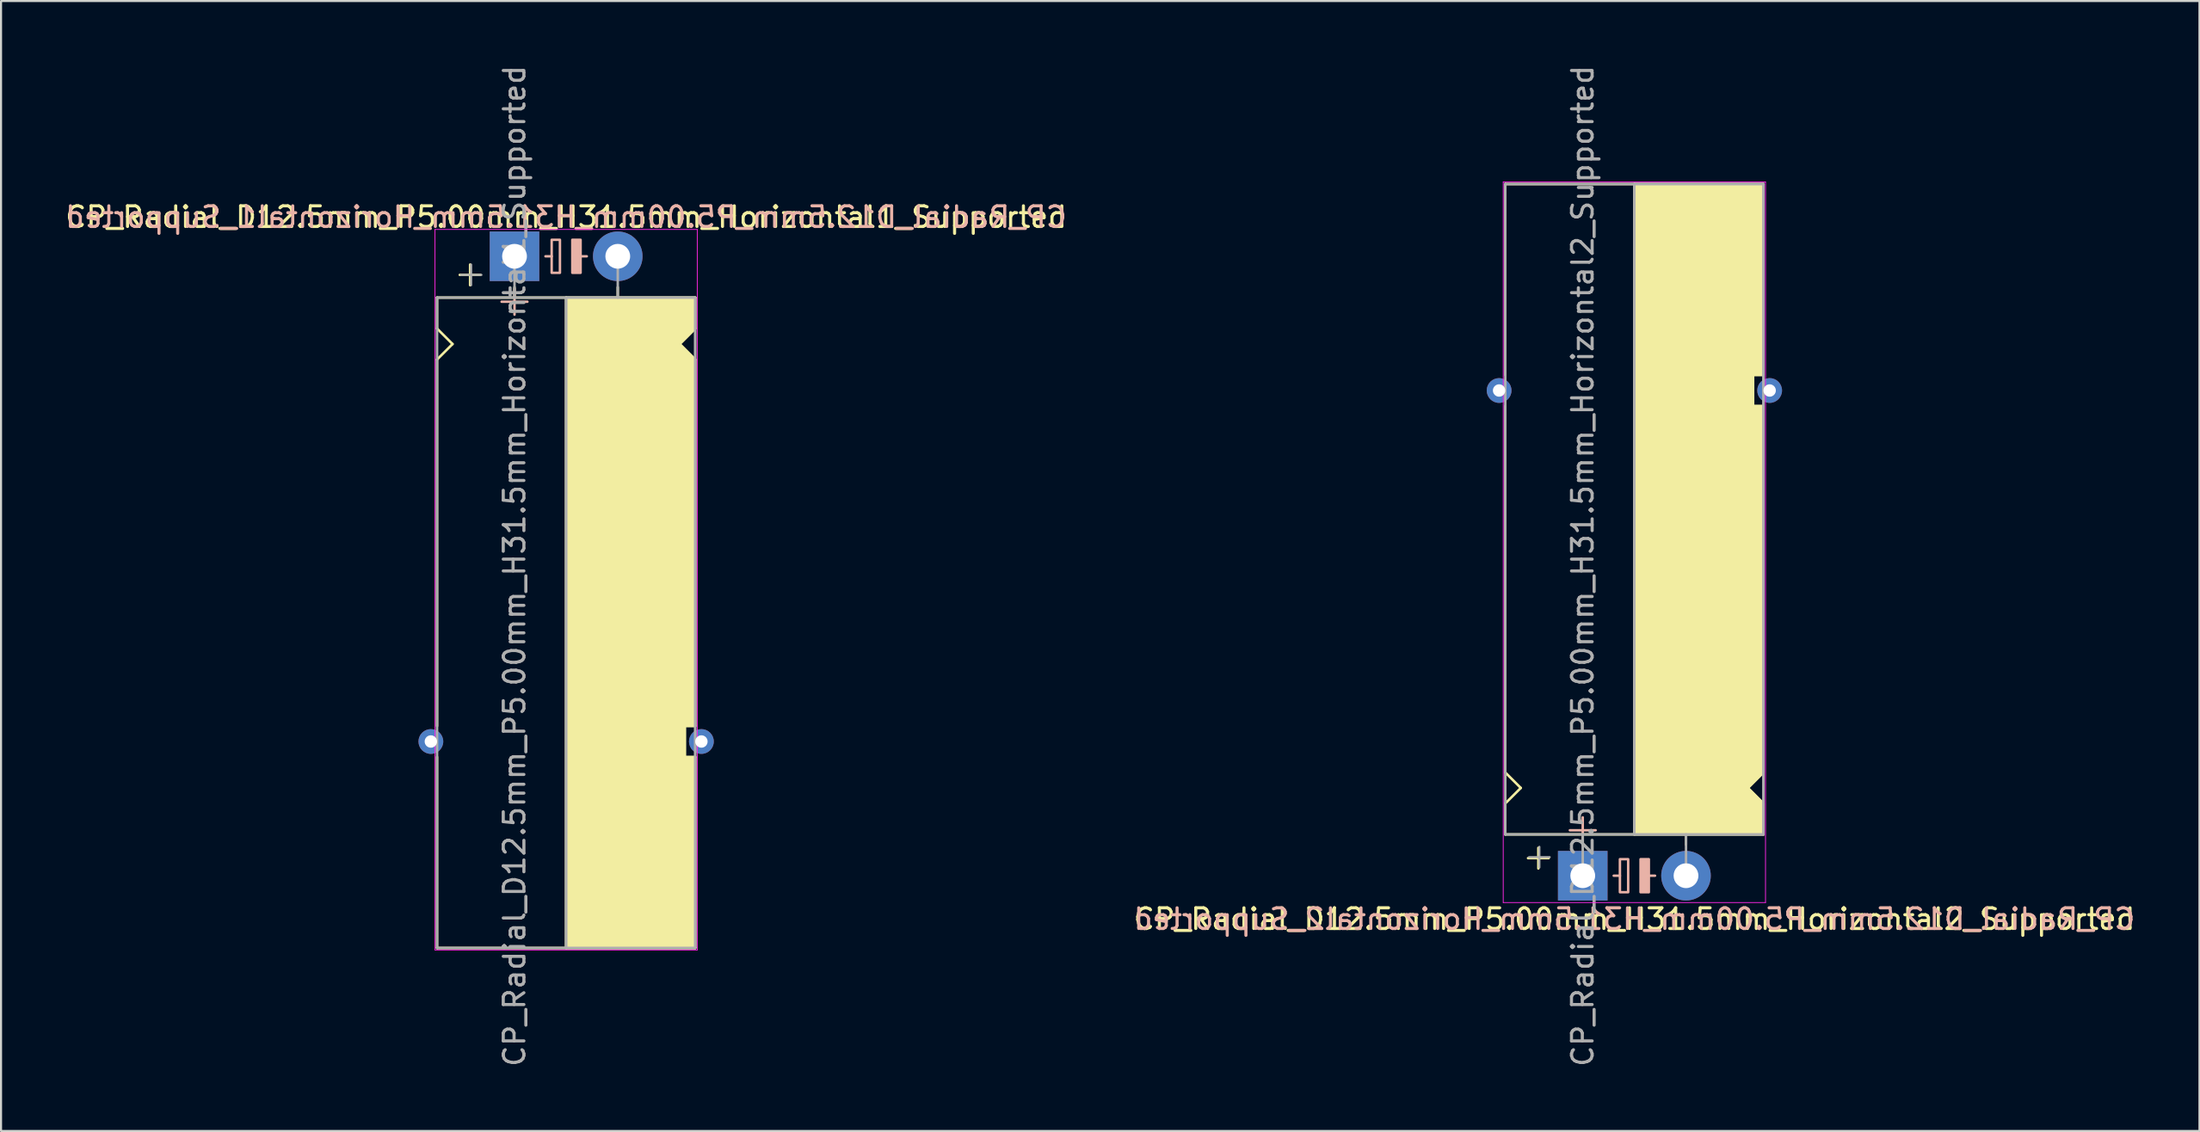
<source format=kicad_pcb>
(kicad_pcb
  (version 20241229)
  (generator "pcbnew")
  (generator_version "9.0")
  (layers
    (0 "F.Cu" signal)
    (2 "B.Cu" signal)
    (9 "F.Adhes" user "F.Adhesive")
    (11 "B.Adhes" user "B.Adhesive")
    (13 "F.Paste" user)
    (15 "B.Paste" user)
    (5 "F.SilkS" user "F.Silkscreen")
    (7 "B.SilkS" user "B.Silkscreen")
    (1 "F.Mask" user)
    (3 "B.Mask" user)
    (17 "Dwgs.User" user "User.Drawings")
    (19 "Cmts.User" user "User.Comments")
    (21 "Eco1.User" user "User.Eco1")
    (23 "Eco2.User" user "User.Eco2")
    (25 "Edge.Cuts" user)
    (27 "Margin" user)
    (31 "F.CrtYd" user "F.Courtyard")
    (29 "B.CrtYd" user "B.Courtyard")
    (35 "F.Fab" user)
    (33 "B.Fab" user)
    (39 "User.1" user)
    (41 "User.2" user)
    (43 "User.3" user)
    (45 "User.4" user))
  (footprint "CP_Radial_D12.5mm_P5.00mm_H31.5mm_Horizontal1_Supported"
    (layer "F.Cu")
    (at 21.863 9.363)
    (property "Reference" "CP_Radial_D12.5mm_P5.00mm_H31.5mm_Horizontal1_Supported" (at 2.5 -1.9 180) (layer "F.SilkS") (effects (font (size 1 1) (thickness 0.15))))
    (fp_line (start -3.75 2) (end -3.75 3.5) (stroke (width 0.12) (type solid)) (layer "F.SilkS"))
    (fp_line (start -3.75 3.5) (end -3 4.25) (stroke (width 0.12) (type solid)) (layer "F.SilkS"))
    (fp_line (start -3.75 5) (end -3.75 22.75) (stroke (width 0.12) (type solid)) (layer "F.SilkS"))
    (fp_line (start -3.75 33.5) (end -3.75 24.25) (stroke (width 0.12) (type solid)) (layer "F.SilkS"))
    (fp_line (start -3 4.25) (end -3.75 5) (stroke (width 0.12) (type solid)) (layer "F.SilkS"))
    (fp_line (start -2.15 0.4) (end -2.15 1.4) (stroke (width 0.12) (type solid)) (layer "F.SilkS"))
    (fp_line (start -1.65 0.9) (end -2.65 0.9) (stroke (width 0.12) (type solid)) (layer "F.SilkS"))
    (fp_line (start 0 1.5) (end 0 2) (stroke (width 0.12) (type solid)) (layer "F.SilkS"))
    (fp_line (start 2.5 2) (end -3.75 2) (stroke (width 0.12) (type solid)) (layer "F.SilkS"))
    (fp_line (start 2.5 2) (end 2.5 33.5) (stroke (width 0.12) (type solid)) (layer "F.SilkS"))
    (fp_line (start 2.5 2) (end 8.75 2) (stroke (width 0.12) (type solid)) (layer "F.SilkS"))
    (fp_line (start 5 1.5) (end 5 2) (stroke (width 0.12) (type solid)) (layer "F.SilkS"))
    (fp_line (start 8 4.25) (end 8.75 5) (stroke (width 0.12) (type solid)) (layer "F.SilkS"))
    (fp_line (start 8.25 22.75) (end 8.75 22.75) (stroke (width 0.12) (type solid)) (layer "F.SilkS"))
    (fp_line (start 8.25 24.25) (end 8.25 22.75) (stroke (width 0.12) (type solid)) (layer "F.SilkS"))
    (fp_line (start 8.75 2) (end 8.75 3.5) (stroke (width 0.12) (type solid)) (layer "F.SilkS"))
    (fp_line (start 8.75 3.5) (end 8 4.25) (stroke (width 0.12) (type solid)) (layer "F.SilkS"))
    (fp_line (start 8.75 5) (end 8.75 22.75) (stroke (width 0.12) (type solid)) (layer "F.SilkS"))
    (fp_line (start 8.75 24.25) (end 8.25 24.25) (stroke (width 0.12) (type solid)) (layer "F.SilkS"))
    (fp_line (start 8.75 33.5) (end -3.75 33.5) (stroke (width 0.12) (type solid)) (layer "F.SilkS"))
    (fp_line (start 8.75 33.5) (end 8.75 24.25) (stroke (width 0.12) (type solid)) (layer "F.SilkS"))
    (fp_poly (pts (xy 8.75 3.5) (xy 8 4.25) (xy 8.75 5) (xy 8.75 22.75) (xy 8.25 22.75) (xy 8.25 24.25) (xy 8.75 24.25) (xy 8.75 33.5) (xy 2.5 33.5) (xy 2.5 2) (xy 8.75 2)) (stroke (width 0.1) (type solid)) (fill yes) (layer "F.SilkS"))
    (fp_line (start 0 1.575) (end 0 2.825) (stroke (width 0.12) (type solid)) (layer "B.SilkS"))
    (fp_line (start 0.625 2.2) (end -0.625 2.2) (stroke (width 0.12) (type solid)) (layer "B.SilkS"))
    (fp_line (start 1.8 0) (end 1.5 0) (stroke (width 0.12) (type solid)) (layer "B.SilkS"))
    (fp_line (start 3.5 0) (end 3.2 0) (stroke (width 0.12) (type solid)) (layer "B.SilkS"))
    (fp_rect (start 2.2 -0.8) (end 1.8 0.8) (stroke (width 0.12) (type solid)) (fill no) (layer "B.SilkS"))
    (fp_rect (start 3.2 -0.8) (end 2.8 0.8) (stroke (width 0.12) (type solid)) (fill yes) (layer "B.SilkS"))
    (fp_line (start -3.85 -1.3) (end 8.85 -1.3) (stroke (width 0.04) (type solid)) (layer "F.CrtYd"))
    (fp_line (start -3.85 33.6) (end -3.85 -1.3) (stroke (width 0.04) (type solid)) (layer "F.CrtYd"))
    (fp_line (start 8.85 -1.3) (end 8.85 33.6) (stroke (width 0.04) (type solid)) (layer "F.CrtYd"))
    (fp_line (start 8.85 33.6) (end -3.85 33.6) (stroke (width 0.04) (type solid)) (layer "F.CrtYd"))
    (fp_line (start -3.75 2) (end -3.75 33.5) (stroke (width 0.12) (type solid)) (layer "F.Fab"))
    (fp_line (start -3.75 33.5) (end 8.75 33.5) (stroke (width 0.12) (type solid)) (layer "F.Fab"))
    (fp_line (start -2.6 0.9) (end -1.6 0.9) (stroke (width 0.1) (type solid)) (layer "F.Fab"))
    (fp_line (start -2.1 1.4) (end -2.1 0.4) (stroke (width 0.1) (type solid)) (layer "F.Fab"))
    (fp_line (start 0 0) (end 0 2) (stroke (width 0.12) (type solid)) (layer "F.Fab"))
    (fp_line (start 0 2) (end -3.75 2) (stroke (width 0.12) (type solid)) (layer "F.Fab"))
    (fp_line (start 2.5 2) (end 2.5 33.5) (stroke (width 0.12) (type solid)) (layer "F.Fab"))
    (fp_line (start 5 2) (end 5 0) (stroke (width 0.12) (type solid)) (layer "F.Fab"))
    (fp_line (start 8.75 2) (end 0 2) (stroke (width 0.12) (type solid)) (layer "F.Fab"))
    (fp_line (start 8.75 33.5) (end 8.75 2) (stroke (width 0.12) (type solid)) (layer "F.Fab"))
    (fp_poly (pts (xy 8.75 33.5) (xy 2.5 33.5) (xy 2.5 2) (xy 8.75 2)) (stroke (width 0.1) (type solid)) (fill no) (layer "F.Fab"))
    (fp_text user "${REFERENCE}" (at 2.5 -1.9 0) (layer "B.SilkS") (effects (font (size 1 1) (thickness 0.15)) (justify mirror)))
    (fp_text user "${REFERENCE}" (at 0 15 90) (layer "F.Fab") (effects (font (size 1 1) (thickness 0.15))))
    (pad "1" thru_hole rect (at 0 0) (size 2.4 2.4) (drill 1.2) (layers "*.Cu" "*.Mask"))
    (pad "2" thru_hole circle (at 5 0) (size 2.4 2.4) (drill 1.2) (layers "*.Cu" "*.Mask"))
    (pad "~" thru_hole circle (at -4.05 23.5) (size 1.2 1.2) (drill 0.6) (layers "*.Cu" "*.Mask"))
    (pad "~" thru_hole circle (at 9.05 23.5) (size 1.2 1.2) (drill 0.6) (layers "*.Cu" "*.Mask")))
  (footprint "CP_Radial_D12.5mm_P5.00mm_H31.5mm_Horizontal2_Supported"
    (layer "F.Cu")
    (at 73.589 39.363)
    (property "Reference" "CP_Radial_D12.5mm_P5.00mm_H31.5mm_Horizontal2_Supported" (at 2.5 2.1 180) (layer "F.SilkS") (effects (font (size 1 1) (thickness 0.15))))
    (fp_line (start -3.75 -33.5) (end -3.75 -24.25) (stroke (width 0.12) (type solid)) (layer "F.SilkS"))
    (fp_line (start -3.75 -5) (end -3.75 -22.75) (stroke (width 0.12) (type solid)) (layer "F.SilkS"))
    (fp_line (start -3.75 -3.5) (end -3 -4.25) (stroke (width 0.12) (type solid)) (layer "F.SilkS"))
    (fp_line (start -3.75 -2) (end -3.75 -3.5) (stroke (width 0.12) (type solid)) (layer "F.SilkS"))
    (fp_line (start -3 -4.25) (end -3.75 -5) (stroke (width 0.12) (type solid)) (layer "F.SilkS"))
    (fp_line (start -2.15 -1.35) (end -2.15 -0.35) (stroke (width 0.12) (type solid)) (layer "F.SilkS"))
    (fp_line (start -1.65 -0.85) (end -2.65 -0.85) (stroke (width 0.12) (type solid)) (layer "F.SilkS"))
    (fp_line (start 0 -1.5) (end 0 -2) (stroke (width 0.12) (type solid)) (layer "F.SilkS"))
    (fp_line (start 2.5 -2) (end -3.75 -2) (stroke (width 0.12) (type solid)) (layer "F.SilkS"))
    (fp_line (start 2.5 -2) (end 2.5 -33.5) (stroke (width 0.12) (type solid)) (layer "F.SilkS"))
    (fp_line (start 2.5 -2) (end 8.75 -2) (stroke (width 0.12) (type solid)) (layer "F.SilkS"))
    (fp_line (start 5 -1.5) (end 5 -2) (stroke (width 0.12) (type solid)) (layer "F.SilkS"))
    (fp_line (start 8 -4.25) (end 8.75 -5) (stroke (width 0.12) (type solid)) (layer "F.SilkS"))
    (fp_line (start 8.25 -24.25) (end 8.25 -22.75) (stroke (width 0.12) (type solid)) (layer "F.SilkS"))
    (fp_line (start 8.25 -22.75) (end 8.75 -22.75) (stroke (width 0.12) (type solid)) (layer "F.SilkS"))
    (fp_line (start 8.75 -33.5) (end -3.75 -33.5) (stroke (width 0.12) (type solid)) (layer "F.SilkS"))
    (fp_line (start 8.75 -33.5) (end 8.75 -24.25) (stroke (width 0.12) (type solid)) (layer "F.SilkS"))
    (fp_line (start 8.75 -24.25) (end 8.25 -24.25) (stroke (width 0.12) (type solid)) (layer "F.SilkS"))
    (fp_line (start 8.75 -5) (end 8.75 -22.75) (stroke (width 0.12) (type solid)) (layer "F.SilkS"))
    (fp_line (start 8.75 -3.5) (end 8 -4.25) (stroke (width 0.12) (type solid)) (layer "F.SilkS"))
    (fp_line (start 8.75 -2) (end 8.75 -3.5) (stroke (width 0.12) (type solid)) (layer "F.SilkS"))
    (fp_poly (pts (xy 8.75 -3.5) (xy 8 -4.25) (xy 8.75 -5) (xy 8.75 -22.75) (xy 8.25 -22.75) (xy 8.25 -24.25) (xy 8.75 -24.25) (xy 8.75 -33.5) (xy 2.5 -33.5) (xy 2.5 -2) (xy 8.75 -2)) (stroke (width 0.1) (type solid)) (fill yes) (layer "F.SilkS"))
    (fp_line (start 0 -2.825) (end 0 -1.575) (stroke (width 0.12) (type solid)) (layer "B.SilkS"))
    (fp_line (start 0.625 -2.2) (end -0.625 -2.2) (stroke (width 0.12) (type solid)) (layer "B.SilkS"))
    (fp_line (start 1.8 0) (end 1.5 0) (stroke (width 0.12) (type solid)) (layer "B.SilkS"))
    (fp_line (start 3.5 0) (end 3.2 0) (stroke (width 0.12) (type solid)) (layer "B.SilkS"))
    (fp_rect (start 2.2 -0.8) (end 1.8 0.8) (stroke (width 0.12) (type solid)) (fill no) (layer "B.SilkS"))
    (fp_rect (start 3.2 -0.8) (end 2.8 0.8) (stroke (width 0.12) (type solid)) (fill yes) (layer "B.SilkS"))
    (fp_line (start -3.85 -33.6) (end -3.85 1.3) (stroke (width 0.04) (type solid)) (layer "F.CrtYd"))
    (fp_line (start 8.85 -33.6) (end -3.85 -33.6) (stroke (width 0.04) (type solid)) (layer "F.CrtYd"))
    (fp_line (start 8.85 1.3) (end -3.85 1.3) (stroke (width 0.04) (type solid)) (layer "F.CrtYd"))
    (fp_line (start 8.85 1.3) (end 8.85 -33.6) (stroke (width 0.04) (type solid)) (layer "F.CrtYd"))
    (fp_line (start -3.75 -33.5) (end 8.75 -33.5) (stroke (width 0.12) (type solid)) (layer "F.Fab"))
    (fp_line (start -3.75 -2) (end -3.75 -33.5) (stroke (width 0.12) (type solid)) (layer "F.Fab"))
    (fp_line (start -2.6 -0.9) (end -1.6 -0.9) (stroke (width 0.1) (type solid)) (layer "F.Fab"))
    (fp_line (start -2.1 -0.4) (end -2.1 -1.4) (stroke (width 0.1) (type solid)) (layer "F.Fab"))
    (fp_line (start 0 -2) (end -3.75 -2) (stroke (width 0.12) (type solid)) (layer "F.Fab"))
    (fp_line (start 0 0) (end 0 -2) (stroke (width 0.12) (type solid)) (layer "F.Fab"))
    (fp_line (start 2.5 -2) (end 2.5 -33.5) (stroke (width 0.12) (type solid)) (layer "F.Fab"))
    (fp_line (start 5 -2) (end 5 0) (stroke (width 0.12) (type solid)) (layer "F.Fab"))
    (fp_line (start 8.75 -33.5) (end 8.75 -2) (stroke (width 0.12) (type solid)) (layer "F.Fab"))
    (fp_line (start 8.75 -2) (end 0 -2) (stroke (width 0.12) (type solid)) (layer "F.Fab"))
    (fp_poly (pts (xy 8.75 -33.5) (xy 2.5 -33.5) (xy 2.5 -2) (xy 8.75 -2)) (stroke (width 0.1) (type solid)) (fill no) (layer "F.Fab"))
    (fp_text user "${REFERENCE}" (at 2.5 2.1 0) (layer "B.SilkS") (effects (font (size 1 1) (thickness 0.15)) (justify mirror)))
    (fp_text user "${REFERENCE}" (at 0 -15 90) (layer "F.Fab") (effects (font (size 1 1) (thickness 0.15))))
    (pad "1" thru_hole rect (at 0 0) (size 2.4 2.4) (drill 1.2) (layers "*.Cu" "*.Mask"))
    (pad "2" thru_hole circle (at 5 0) (size 2.4 2.4) (drill 1.2) (layers "*.Cu" "*.Mask"))
    (pad "~" thru_hole circle (at -4.05 -23.5 180) (size 1.2 1.2) (drill 0.6) (layers "*.Cu" "*.Mask"))
    (pad "~" thru_hole circle (at 9.05 -23.5 180) (size 1.2 1.2) (drill 0.6) (layers "*.Cu" "*.Mask")))
  (gr_rect
    (start -3 -3)
    (end 103.452 51.726)
    (stroke (width 0.1) (type default))
    (fill no)
    (layer "Edge.Cuts")))
</source>
